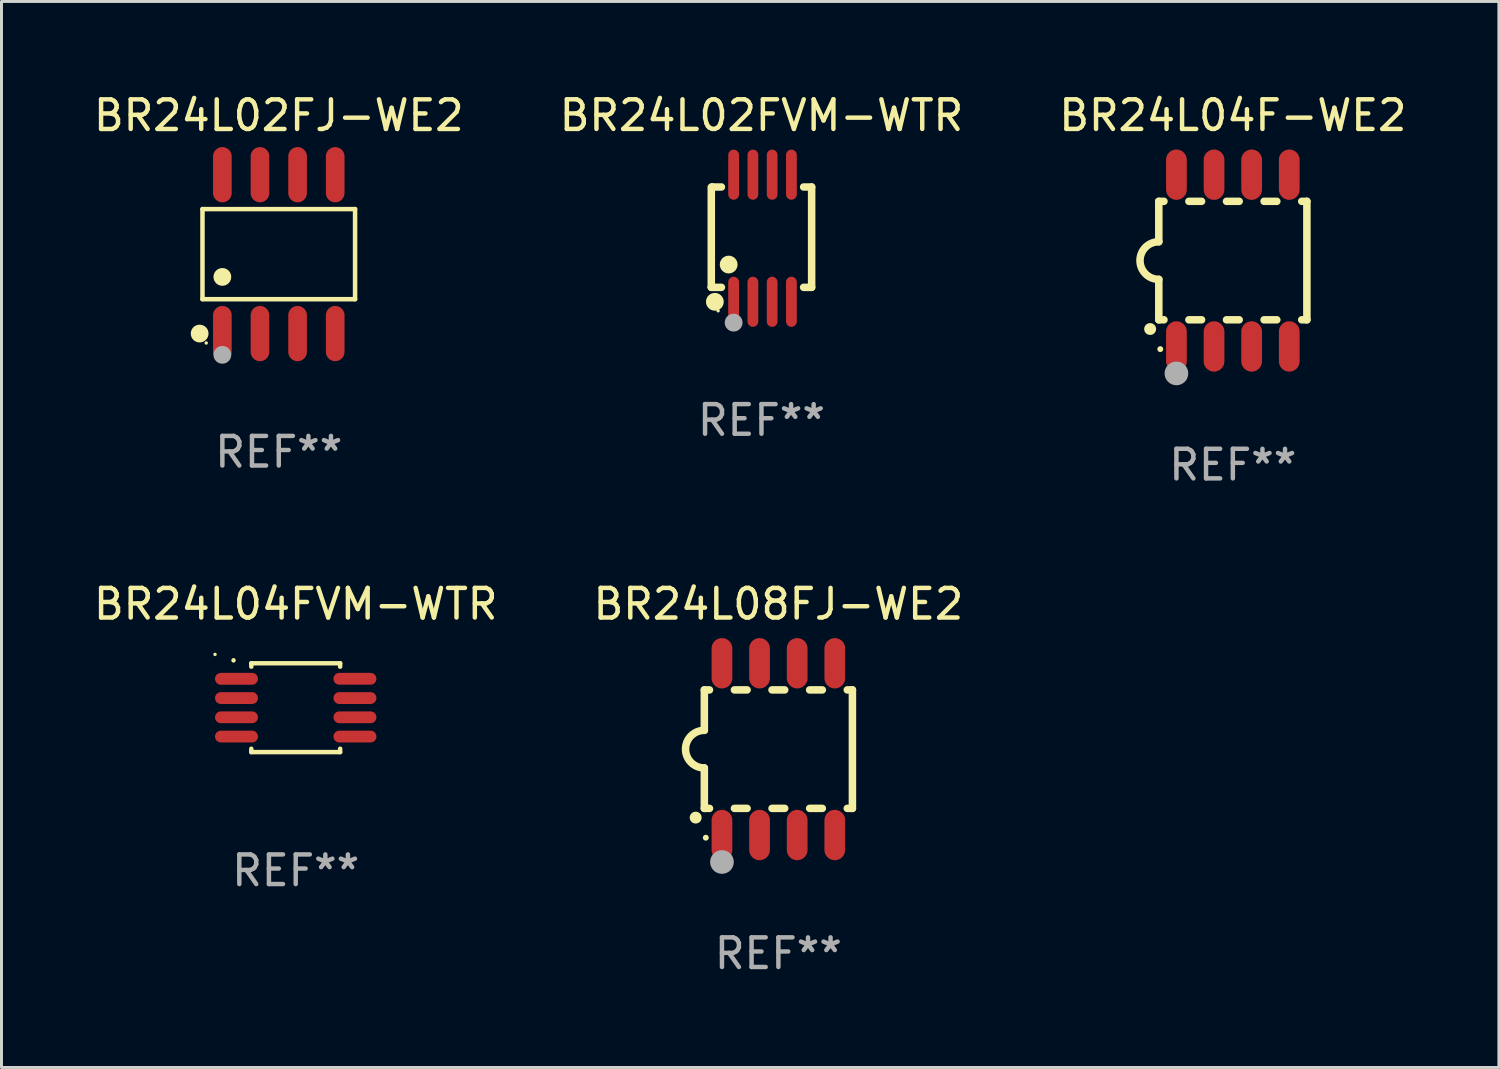
<source format=kicad_pcb>
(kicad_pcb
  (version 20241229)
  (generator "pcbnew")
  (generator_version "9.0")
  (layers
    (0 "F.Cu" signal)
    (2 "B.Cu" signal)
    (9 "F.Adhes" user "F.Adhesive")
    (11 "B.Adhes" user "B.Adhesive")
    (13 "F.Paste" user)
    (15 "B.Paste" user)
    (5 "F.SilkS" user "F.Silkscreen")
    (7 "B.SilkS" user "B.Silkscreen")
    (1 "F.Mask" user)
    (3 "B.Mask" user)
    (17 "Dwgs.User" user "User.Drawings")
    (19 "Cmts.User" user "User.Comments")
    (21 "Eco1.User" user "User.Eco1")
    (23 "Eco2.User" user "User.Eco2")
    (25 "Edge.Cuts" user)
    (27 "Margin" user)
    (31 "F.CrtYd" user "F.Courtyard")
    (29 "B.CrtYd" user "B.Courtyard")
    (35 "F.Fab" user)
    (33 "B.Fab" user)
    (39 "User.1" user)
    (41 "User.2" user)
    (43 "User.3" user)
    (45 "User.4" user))
  (footprint "BR24L08FJ-WE2"
    (layer "F.Cu")
    (at 23.232 22.245)
    (property "Reference" "BR24L08FJ-WE2" (at 0 -4.9 0) (layer "F.SilkS") (effects (font (size 1 1) (thickness 0.15))))
    (attr through_hole)
    (fp_line (start -2.5 -2) (end -2.5 -0.635) (stroke (width 0.254) (type solid)) (layer "F.SilkS"))
    (fp_line (start -2.5 -2) (end -2.326 -2) (stroke (width 0.254) (type solid)) (layer "F.SilkS"))
    (fp_line (start -2.5 2) (end -2.5 0.635) (stroke (width 0.254) (type solid)) (layer "F.SilkS"))
    (fp_line (start -2.5 2) (end -2.326 2) (stroke (width 0.254) (type solid)) (layer "F.SilkS"))
    (fp_line (start -1.484 -2) (end -1.056 -2) (stroke (width 0.254) (type solid)) (layer "F.SilkS"))
    (fp_line (start -1.484 2) (end -1.056 2) (stroke (width 0.254) (type solid)) (layer "F.SilkS"))
    (fp_line (start -0.214 -2) (end 0.214 -2) (stroke (width 0.254) (type solid)) (layer "F.SilkS"))
    (fp_line (start -0.214 2) (end 0.214 2) (stroke (width 0.254) (type solid)) (layer "F.SilkS"))
    (fp_line (start 1.056 -2) (end 1.484 -2) (stroke (width 0.254) (type solid)) (layer "F.SilkS"))
    (fp_line (start 1.056 2) (end 1.484 2) (stroke (width 0.254) (type solid)) (layer "F.SilkS"))
    (fp_line (start 2.326 -2) (end 2.5 -2) (stroke (width 0.254) (type solid)) (layer "F.SilkS"))
    (fp_line (start 2.326 2) (end 2.5 2) (stroke (width 0.254) (type solid)) (layer "F.SilkS"))
    (fp_line (start 2.5 -2) (end 2.5 2) (stroke (width 0.254) (type solid)) (layer "F.SilkS"))
    (fp_arc (start -2.794006 2.311405) (mid -2.792736 2.311401) (end -2.791466 2.311405) (stroke (width 0.4) (type solid)) (layer "F.SilkS"))
    (fp_arc (start -2.5 0.635001) (mid -3.134366 -0.000318) (end -2.499365 -0.635001) (stroke (width 0.254001) (type solid)) (layer "F.SilkS"))
    (fp_circle (center -2.45 2.99) (end -2.4 2.99) (stroke (width 0.1) (type solid)) (fill no) (layer "F.SilkS"))
    (fp_circle (center -1.905 3.81) (end -1.705 3.81) (stroke (width 0.4) (type solid)) (fill no) (layer "F.Fab"))
    (fp_text user "REF**" (at 0 6.9 0) (layer "F.Fab") (effects (font (size 1 1) (thickness 0.15))))
    (pad "1" smd oval (at -1.905 2.9 180) (size 0.7 1.7) (layers "F.Cu" "F.Mask" "F.Paste"))
    (pad "2" smd oval (at -0.635 2.9 180) (size 0.7 1.7) (layers "F.Cu" "F.Mask" "F.Paste"))
    (pad "3" smd oval (at 0.635 2.9 180) (size 0.7 1.7) (layers "F.Cu" "F.Mask" "F.Paste"))
    (pad "4" smd oval (at 1.905 2.9 180) (size 0.7 1.7) (layers "F.Cu" "F.Mask" "F.Paste"))
    (pad "5" smd oval (at 1.905 -2.9 180) (size 0.7 1.7) (layers "F.Cu" "F.Mask" "F.Paste"))
    (pad "6" smd oval (at 0.635 -2.9 180) (size 0.7 1.7) (layers "F.Cu" "F.Mask" "F.Paste"))
    (pad "7" smd oval (at -0.635 -2.9 180) (size 0.7 1.7) (layers "F.Cu" "F.Mask" "F.Paste"))
    (pad "8" smd oval (at -1.905 -2.9 180) (size 0.7 1.7) (layers "F.Cu" "F.Mask" "F.Paste")))
  (footprint "BR24L02FVM-WTR"
    (layer "F.Cu")
    (at 22.661 4.994)
    (property "Reference" "BR24L02FVM-WTR" (at 0 -4.146 0) (layer "F.SilkS") (effects (font (size 1 1) (thickness 0.15))))
    (attr through_hole)
    (fp_line (start -1.694 -1.724) (end -1.694 1.652) (stroke (width 0.254) (type solid)) (layer "F.SilkS"))
    (fp_line (start -1.694 1.652) (end -1.688 1.658) (stroke (width 0.254) (type solid)) (layer "F.SilkS"))
    (fp_line (start -1.688 1.658) (end -1.353 1.658) (stroke (width 0.254) (type solid)) (layer "F.SilkS"))
    (fp_line (start -1.661 -1.73) (end -1.681 -1.71) (stroke (width 0.254) (type solid)) (layer "F.SilkS"))
    (fp_line (start -1.353 -1.73) (end -1.661 -1.73) (stroke (width 0.254) (type solid)) (layer "F.SilkS"))
    (fp_line (start 1.424 1.658) (end 1.694 1.658) (stroke (width 0.254) (type solid)) (layer "F.SilkS"))
    (fp_line (start 1.694 -1.73) (end 1.424 -1.73) (stroke (width 0.254) (type solid)) (layer "F.SilkS"))
    (fp_line (start 1.694 1.658) (end 1.694 -1.73) (stroke (width 0.254) (type solid)) (layer "F.SilkS"))
    (fp_circle (center -1.574 2.146) (end -1.424 2.146) (stroke (width 0.3) (type solid)) (fill no) (layer "F.SilkS"))
    (fp_circle (center -1.464 2.45) (end -1.434 2.45) (stroke (width 0.06) (type solid)) (fill no) (layer "F.SilkS"))
    (fp_circle (center -1.107 0.889) (end -0.957 0.889) (stroke (width 0.3) (type solid)) (fill no) (layer "F.SilkS"))
    (fp_circle (center -0.94 2.85) (end -0.789 2.85) (stroke (width 0.3) (type solid)) (fill no) (layer "F.Fab"))
    (fp_text user "REF**" (at 0 6.146 0) (layer "F.Fab") (effects (font (size 1 1) (thickness 0.15))))
    (pad "1" smd oval (at -0.94 2.146) (size 0.364 1.692) (layers "F.Cu" "F.Mask" "F.Paste"))
    (pad "2" smd oval (at -0.289 2.146) (size 0.364 1.692) (layers "F.Cu" "F.Mask" "F.Paste"))
    (pad "3" smd oval (at 0.361 2.146) (size 0.364 1.692) (layers "F.Cu" "F.Mask" "F.Paste"))
    (pad "4" smd oval (at 1.011 2.146) (size 0.364 1.692) (layers "F.Cu" "F.Mask" "F.Paste"))
    (pad "5" smd oval (at 1.011 -2.146) (size 0.364 1.692) (layers "F.Cu" "F.Mask" "F.Paste"))
    (pad "6" smd oval (at 0.361 -2.146) (size 0.364 1.692) (layers "F.Cu" "F.Mask" "F.Paste"))
    (pad "7" smd oval (at -0.289 -2.146) (size 0.364 1.692) (layers "F.Cu" "F.Mask" "F.Paste"))
    (pad "8" smd oval (at -0.94 -2.146) (size 0.364 1.692) (layers "F.Cu" "F.Mask" "F.Paste")))
  (footprint "BR24L04FVM-WTR"
    (layer "F.Cu")
    (at 6.935 20.845)
    (property "Reference" "BR24L04FVM-WTR" (at 0 -3.5 0) (layer "F.SilkS") (effects (font (size 1 1) (thickness 0.15))))
    (attr through_hole)
    (fp_line (start -1.5 -1.5) (end 1.5 -1.5) (stroke (width 0.15) (type solid)) (layer "F.SilkS"))
    (fp_line (start -1.5 -1.385) (end -1.5 -1.5) (stroke (width 0.15) (type solid)) (layer "F.SilkS"))
    (fp_line (start -1.5 1.5) (end -1.5 1.385) (stroke (width 0.15) (type solid)) (layer "F.SilkS"))
    (fp_line (start 1.5 -1.5) (end 1.5 -1.385) (stroke (width 0.15) (type solid)) (layer "F.SilkS"))
    (fp_line (start 1.5 1.385) (end 1.5 1.5) (stroke (width 0.15) (type solid)) (layer "F.SilkS"))
    (fp_line (start 1.5 1.5) (end -1.5 1.5) (stroke (width 0.15) (type solid)) (layer "F.SilkS"))
    (fp_arc (start -2.099873 -1.59746) (mid -2.099879 -1.59873) (end -2.099873 -1.6) (stroke (width 0.150013) (type solid)) (layer "F.SilkS"))
    (fp_circle (center -2.725 -1.799) (end -2.695 -1.799) (stroke (width 0.06) (type solid)) (fill no) (layer "F.SilkS"))
    (fp_text user "REF**" (at 0 5.5 0) (layer "F.Fab") (effects (font (size 1 1) (thickness 0.15))))
    (pad "1" smd oval (at -2 -0.975 180) (size 1.45 0.4) (layers "F.Cu" "F.Mask" "F.Paste"))
    (pad "2" smd oval (at -2 -0.325 180) (size 1.45 0.4) (layers "F.Cu" "F.Mask" "F.Paste"))
    (pad "3" smd oval (at -2 0.325 180) (size 1.45 0.4) (layers "F.Cu" "F.Mask" "F.Paste"))
    (pad "4" smd oval (at -2 0.975 180) (size 1.45 0.4) (layers "F.Cu" "F.Mask" "F.Paste"))
    (pad "5" smd oval (at 2 0.975 180) (size 1.45 0.4) (layers "F.Cu" "F.Mask" "F.Paste"))
    (pad "6" smd oval (at 2 0.325 180) (size 1.45 0.4) (layers "F.Cu" "F.Mask" "F.Paste"))
    (pad "7" smd oval (at 2 -0.325 180) (size 1.45 0.4) (layers "F.Cu" "F.Mask" "F.Paste"))
    (pad "8" smd oval (at 2 -0.976 180) (size 1.45 0.4) (layers "F.Cu" "F.Mask" "F.Paste")))
  (footprint "BR24L02FJ-WE2"
    (layer "F.Cu")
    (at 6.363 5.531)
    (property "Reference" "BR24L02FJ-WE2" (at 0 -4.682 0) (layer "F.SilkS") (effects (font (size 1 1) (thickness 0.15))))
    (attr through_hole)
    (fp_line (start -2.576 -1.521) (end 2.576 -1.521) (stroke (width 0.152) (type solid)) (layer "F.SilkS"))
    (fp_line (start -2.576 1.521) (end -2.576 -1.521) (stroke (width 0.152) (type solid)) (layer "F.SilkS"))
    (fp_line (start 2.576 -1.521) (end 2.576 1.521) (stroke (width 0.152) (type solid)) (layer "F.SilkS"))
    (fp_line (start 2.576 1.521) (end -2.576 1.521) (stroke (width 0.152) (type solid)) (layer "F.SilkS"))
    (fp_circle (center -2.672 2.682) (end -2.522 2.682) (stroke (width 0.3) (type solid)) (fill no) (layer "F.SilkS"))
    (fp_circle (center -2.45 3) (end -2.42 3) (stroke (width 0.06) (type solid)) (fill no) (layer "F.SilkS"))
    (fp_circle (center -1.905 0.769) (end -1.755 0.769) (stroke (width 0.3) (type solid)) (fill no) (layer "F.SilkS"))
    (fp_circle (center -1.905 3.4) (end -1.755 3.4) (stroke (width 0.3) (type solid)) (fill no) (layer "F.Fab"))
    (fp_text user "REF**" (at 0 6.682 0) (layer "F.Fab") (effects (font (size 1 1) (thickness 0.15))))
    (pad "1" smd oval (at -1.905 2.682) (size 0.63 1.865) (layers "F.Cu" "F.Mask" "F.Paste"))
    (pad "2" smd oval (at -0.635 2.682) (size 0.63 1.865) (layers "F.Cu" "F.Mask" "F.Paste"))
    (pad "3" smd oval (at 0.635 2.682) (size 0.63 1.865) (layers "F.Cu" "F.Mask" "F.Paste"))
    (pad "4" smd oval (at 1.905 2.682) (size 0.63 1.865) (layers "F.Cu" "F.Mask" "F.Paste"))
    (pad "5" smd oval (at 1.905 -2.682) (size 0.63 1.865) (layers "F.Cu" "F.Mask" "F.Paste"))
    (pad "6" smd oval (at 0.635 -2.682) (size 0.63 1.865) (layers "F.Cu" "F.Mask" "F.Paste"))
    (pad "7" smd oval (at -0.635 -2.682) (size 0.63 1.865) (layers "F.Cu" "F.Mask" "F.Paste"))
    (pad "8" smd oval (at -1.905 -2.682) (size 0.63 1.865) (layers "F.Cu" "F.Mask" "F.Paste")))
  (footprint "BR24L04F-WE2"
    (layer "F.Cu")
    (at 38.577 5.748)
    (property "Reference" "BR24L04F-WE2" (at 0 -4.9 0) (layer "F.SilkS") (effects (font (size 1 1) (thickness 0.15))))
    (attr through_hole)
    (fp_line (start -2.5 -2) (end -2.5 -0.635) (stroke (width 0.254) (type solid)) (layer "F.SilkS"))
    (fp_line (start -2.5 -2) (end -2.326 -2) (stroke (width 0.254) (type solid)) (layer "F.SilkS"))
    (fp_line (start -2.5 2) (end -2.5 0.635) (stroke (width 0.254) (type solid)) (layer "F.SilkS"))
    (fp_line (start -2.5 2) (end -2.326 2) (stroke (width 0.254) (type solid)) (layer "F.SilkS"))
    (fp_line (start -1.484 -2) (end -1.056 -2) (stroke (width 0.254) (type solid)) (layer "F.SilkS"))
    (fp_line (start -1.484 2) (end -1.056 2) (stroke (width 0.254) (type solid)) (layer "F.SilkS"))
    (fp_line (start -0.214 -2) (end 0.214 -2) (stroke (width 0.254) (type solid)) (layer "F.SilkS"))
    (fp_line (start -0.214 2) (end 0.214 2) (stroke (width 0.254) (type solid)) (layer "F.SilkS"))
    (fp_line (start 1.056 -2) (end 1.484 -2) (stroke (width 0.254) (type solid)) (layer "F.SilkS"))
    (fp_line (start 1.056 2) (end 1.484 2) (stroke (width 0.254) (type solid)) (layer "F.SilkS"))
    (fp_line (start 2.326 -2) (end 2.5 -2) (stroke (width 0.254) (type solid)) (layer "F.SilkS"))
    (fp_line (start 2.326 2) (end 2.5 2) (stroke (width 0.254) (type solid)) (layer "F.SilkS"))
    (fp_line (start 2.5 -2) (end 2.5 2) (stroke (width 0.254) (type solid)) (layer "F.SilkS"))
    (fp_arc (start -2.794006 2.311405) (mid -2.792736 2.311401) (end -2.791466 2.311405) (stroke (width 0.4) (type solid)) (layer "F.SilkS"))
    (fp_arc (start -2.5 0.635001) (mid -3.134366 -0.000318) (end -2.499365 -0.635001) (stroke (width 0.254001) (type solid)) (layer "F.SilkS"))
    (fp_circle (center -2.45 2.99) (end -2.4 2.99) (stroke (width 0.1) (type solid)) (fill no) (layer "F.SilkS"))
    (fp_circle (center -1.905 3.81) (end -1.705 3.81) (stroke (width 0.4) (type solid)) (fill no) (layer "F.Fab"))
    (fp_text user "REF**" (at 0 6.9 0) (layer "F.Fab") (effects (font (size 1 1) (thickness 0.15))))
    (pad "1" smd oval (at -1.905 2.9 180) (size 0.7 1.7) (layers "F.Cu" "F.Mask" "F.Paste"))
    (pad "2" smd oval (at -0.635 2.9 180) (size 0.7 1.7) (layers "F.Cu" "F.Mask" "F.Paste"))
    (pad "3" smd oval (at 0.635 2.9 180) (size 0.7 1.7) (layers "F.Cu" "F.Mask" "F.Paste"))
    (pad "4" smd oval (at 1.905 2.9 180) (size 0.7 1.7) (layers "F.Cu" "F.Mask" "F.Paste"))
    (pad "5" smd oval (at 1.905 -2.9 180) (size 0.7 1.7) (layers "F.Cu" "F.Mask" "F.Paste"))
    (pad "6" smd oval (at 0.635 -2.9 180) (size 0.7 1.7) (layers "F.Cu" "F.Mask" "F.Paste"))
    (pad "7" smd oval (at -0.635 -2.9 180) (size 0.7 1.7) (layers "F.Cu" "F.Mask" "F.Paste"))
    (pad "8" smd oval (at -1.905 -2.9 180) (size 0.7 1.7) (layers "F.Cu" "F.Mask" "F.Paste")))
  (gr_rect
    (start -3 -3)
    (end 47.56 32.993)
    (stroke (width 0.1) (type default))
    (fill no)
    (layer "Edge.Cuts")))
</source>
